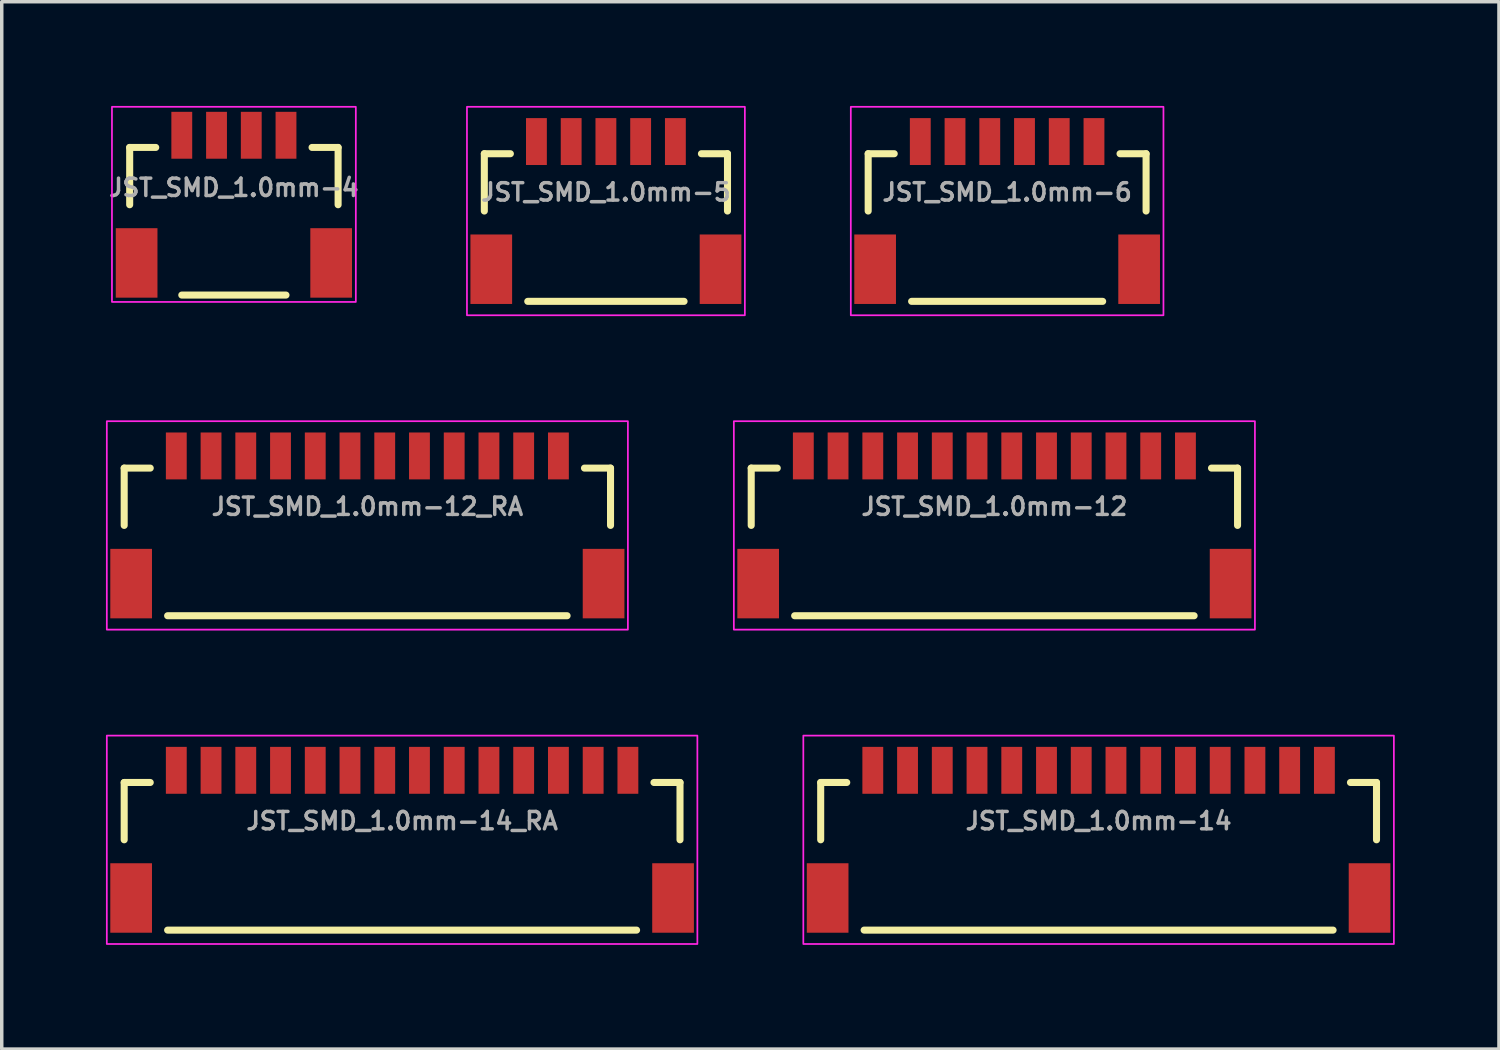
<source format=kicad_pcb>
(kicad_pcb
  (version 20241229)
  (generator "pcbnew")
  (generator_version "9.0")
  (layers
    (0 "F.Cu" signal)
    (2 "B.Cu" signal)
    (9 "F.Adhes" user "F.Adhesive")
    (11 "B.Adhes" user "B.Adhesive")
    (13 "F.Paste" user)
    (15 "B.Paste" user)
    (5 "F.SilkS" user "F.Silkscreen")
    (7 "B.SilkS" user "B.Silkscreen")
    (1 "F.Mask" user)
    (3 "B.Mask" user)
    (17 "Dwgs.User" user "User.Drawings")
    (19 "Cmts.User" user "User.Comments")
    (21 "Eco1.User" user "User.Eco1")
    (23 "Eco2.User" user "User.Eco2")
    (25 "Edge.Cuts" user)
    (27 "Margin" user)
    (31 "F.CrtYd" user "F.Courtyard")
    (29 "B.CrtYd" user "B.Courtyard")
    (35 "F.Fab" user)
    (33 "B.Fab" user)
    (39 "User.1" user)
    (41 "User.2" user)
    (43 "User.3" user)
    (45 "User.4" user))
  (footprint "JST_SMD_1.0mm-6"
    (layer "F.Cu")
    (at 25.942 1.025)
    (property "Reference" "JST_SMD_1.0mm-6" (at 0 1.75 0) (layer "F.Fab") (effects (font (size 0.5 0.5) (thickness 0.1)) (justify bottom)))
    (attr smd)
    (fp_line (start -4 0.35) (end -3.25 0.35) (stroke (width 0.203) (type solid)) (layer "F.SilkS"))
    (fp_line (start -4 2) (end -4 0.35) (stroke (width 0.203) (type solid)) (layer "F.SilkS"))
    (fp_line (start -2.75 4.6) (end 2.75 4.6) (stroke (width 0.203) (type solid)) (layer "F.SilkS"))
    (fp_line (start 3.25 0.35) (end 4 0.35) (stroke (width 0.203) (type solid)) (layer "F.SilkS"))
    (fp_line (start 4 0.35) (end 4 2) (stroke (width 0.203) (type solid)) (layer "F.SilkS"))
    (fp_rect (start 4.5 5) (end -4.5 -1) (stroke (width 0.05) (type default)) (fill no) (layer "F.CrtYd"))
    (pad "1" smd rect (at -2.5 0) (size 0.6 1.35) (layers "F.Cu" "F.Mask" "F.Paste"))
    (pad "2" smd rect (at -1.5 0) (size 0.6 1.35) (layers "F.Cu" "F.Mask" "F.Paste"))
    (pad "3" smd rect (at -0.5 0) (size 0.6 1.35) (layers "F.Cu" "F.Mask" "F.Paste"))
    (pad "4" smd rect (at 0.5 0) (size 0.6 1.35) (layers "F.Cu" "F.Mask" "F.Paste"))
    (pad "5" smd rect (at 1.5 0) (size 0.6 1.35) (layers "F.Cu" "F.Mask" "F.Paste"))
    (pad "6" smd rect (at 2.5 0) (size 0.6 1.35) (layers "F.Cu" "F.Mask" "F.Paste"))
    (pad "NC1" smd rect (at 3.8 3.675) (size 1.2 2) (layers "F.Cu" "F.Mask" "F.Paste"))
    (pad "NC2" smd rect (at -3.8 3.675) (size 1.2 2) (layers "F.Cu" "F.Mask" "F.Paste")))
  (footprint "JST_SMD_1.0mm-12_RA"
    (layer "F.Cu")
    (at 7.525 10.075)
    (property "Reference" "JST_SMD_1.0mm-12_RA" (at 0 1.75 0) (layer "F.Fab") (effects (font (size 0.5 0.5) (thickness 0.1)) (justify bottom)))
    (attr smd)
    (fp_line (start -7 0.35) (end -6.25 0.35) (stroke (width 0.203) (type solid)) (layer "F.SilkS"))
    (fp_line (start -7 2) (end -7 0.35) (stroke (width 0.203) (type solid)) (layer "F.SilkS"))
    (fp_line (start -5.75 4.6) (end 5.75 4.6) (stroke (width 0.203) (type solid)) (layer "F.SilkS"))
    (fp_line (start 6.25 0.35) (end 7 0.35) (stroke (width 0.203) (type solid)) (layer "F.SilkS"))
    (fp_line (start 7 0.35) (end 7 2) (stroke (width 0.203) (type solid)) (layer "F.SilkS"))
    (fp_rect (start 7.5 5) (end -7.5 -1) (stroke (width 0.05) (type default)) (fill no) (layer "F.CrtYd"))
    (pad "1" smd rect (at -5.5 0) (size 0.6 1.35) (layers "F.Cu" "F.Mask" "F.Paste"))
    (pad "2" smd rect (at -4.5 0) (size 0.6 1.35) (layers "F.Cu" "F.Mask" "F.Paste"))
    (pad "3" smd rect (at -3.5 0) (size 0.6 1.35) (layers "F.Cu" "F.Mask" "F.Paste"))
    (pad "4" smd rect (at -2.5 0) (size 0.6 1.35) (layers "F.Cu" "F.Mask" "F.Paste"))
    (pad "5" smd rect (at -1.5 0) (size 0.6 1.35) (layers "F.Cu" "F.Mask" "F.Paste"))
    (pad "6" smd rect (at -0.5 0) (size 0.6 1.35) (layers "F.Cu" "F.Mask" "F.Paste"))
    (pad "7" smd rect (at 0.5 0) (size 0.6 1.35) (layers "F.Cu" "F.Mask" "F.Paste"))
    (pad "8" smd rect (at 1.5 0) (size 0.6 1.35) (layers "F.Cu" "F.Mask" "F.Paste"))
    (pad "9" smd rect (at 2.5 0) (size 0.6 1.35) (layers "F.Cu" "F.Mask" "F.Paste"))
    (pad "10" smd rect (at 3.5 0) (size 0.6 1.35) (layers "F.Cu" "F.Mask" "F.Paste"))
    (pad "11" smd rect (at 4.5 0) (size 0.6 1.35) (layers "F.Cu" "F.Mask" "F.Paste"))
    (pad "12" smd rect (at 5.5 0) (size 0.6 1.35) (layers "F.Cu" "F.Mask" "F.Paste"))
    (pad "NC1" smd rect (at 6.8 3.675) (size 1.2 2) (layers "F.Cu" "F.Mask" "F.Paste"))
    (pad "NC2" smd rect (at -6.8 3.675) (size 1.2 2) (layers "F.Cu" "F.Mask" "F.Paste")))
  (footprint "JST_SMD_1.0mm-14"
    (layer "F.Cu")
    (at 28.575 19.125)
    (property "Reference" "JST_SMD_1.0mm-14" (at 0 1.75 0) (layer "F.Fab") (effects (font (size 0.5 0.5) (thickness 0.1)) (justify bottom)))
    (attr smd)
    (fp_line (start -8 0.35) (end -7.25 0.35) (stroke (width 0.203) (type solid)) (layer "F.SilkS"))
    (fp_line (start -8 2) (end -8 0.35) (stroke (width 0.203) (type solid)) (layer "F.SilkS"))
    (fp_line (start -6.75 4.6) (end 6.75 4.6) (stroke (width 0.203) (type solid)) (layer "F.SilkS"))
    (fp_line (start 7.25 0.35) (end 8 0.35) (stroke (width 0.203) (type solid)) (layer "F.SilkS"))
    (fp_line (start 8 0.35) (end 8 2) (stroke (width 0.203) (type solid)) (layer "F.SilkS"))
    (fp_rect (start 8.5 5) (end -8.5 -1) (stroke (width 0.05) (type default)) (fill no) (layer "F.CrtYd"))
    (pad "1" smd rect (at -6.5 0) (size 0.6 1.35) (layers "F.Cu" "F.Mask" "F.Paste"))
    (pad "2" smd rect (at -5.5 0) (size 0.6 1.35) (layers "F.Cu" "F.Mask" "F.Paste"))
    (pad "3" smd rect (at -4.5 0) (size 0.6 1.35) (layers "F.Cu" "F.Mask" "F.Paste"))
    (pad "4" smd rect (at -3.5 0) (size 0.6 1.35) (layers "F.Cu" "F.Mask" "F.Paste"))
    (pad "5" smd rect (at -2.5 0) (size 0.6 1.35) (layers "F.Cu" "F.Mask" "F.Paste"))
    (pad "6" smd rect (at -1.5 0) (size 0.6 1.35) (layers "F.Cu" "F.Mask" "F.Paste"))
    (pad "7" smd rect (at -0.5 0) (size 0.6 1.35) (layers "F.Cu" "F.Mask" "F.Paste"))
    (pad "8" smd rect (at 0.5 0) (size 0.6 1.35) (layers "F.Cu" "F.Mask" "F.Paste"))
    (pad "9" smd rect (at 1.5 0) (size 0.6 1.35) (layers "F.Cu" "F.Mask" "F.Paste"))
    (pad "10" smd rect (at 2.5 0) (size 0.6 1.35) (layers "F.Cu" "F.Mask" "F.Paste"))
    (pad "11" smd rect (at 3.5 0) (size 0.6 1.35) (layers "F.Cu" "F.Mask" "F.Paste"))
    (pad "12" smd rect (at 4.5 0) (size 0.6 1.35) (layers "F.Cu" "F.Mask" "F.Paste"))
    (pad "13" smd rect (at 5.5 0) (size 0.6 1.35) (layers "F.Cu" "F.Mask" "F.Paste"))
    (pad "14" smd rect (at 6.5 0) (size 0.6 1.35) (layers "F.Cu" "F.Mask" "F.Paste"))
    (pad "NC1" smd rect (at 7.8 3.675) (size 1.2 2) (layers "F.Cu" "F.Mask" "F.Paste"))
    (pad "NC2" smd rect (at -7.8 3.675) (size 1.2 2) (layers "F.Cu" "F.Mask" "F.Paste")))
  (footprint "JST_SMD_1.0mm-12"
    (layer "F.Cu")
    (at 25.575 10.075)
    (property "Reference" "JST_SMD_1.0mm-12" (at 0 1.75 0) (layer "F.Fab") (effects (font (size 0.5 0.5) (thickness 0.1)) (justify bottom)))
    (attr smd)
    (fp_line (start -7 0.35) (end -6.25 0.35) (stroke (width 0.203) (type solid)) (layer "F.SilkS"))
    (fp_line (start -7 2) (end -7 0.35) (stroke (width 0.203) (type solid)) (layer "F.SilkS"))
    (fp_line (start -5.75 4.6) (end 5.75 4.6) (stroke (width 0.203) (type solid)) (layer "F.SilkS"))
    (fp_line (start 6.25 0.35) (end 7 0.35) (stroke (width 0.203) (type solid)) (layer "F.SilkS"))
    (fp_line (start 7 0.35) (end 7 2) (stroke (width 0.203) (type solid)) (layer "F.SilkS"))
    (fp_rect (start 7.5 5) (end -7.5 -1) (stroke (width 0.05) (type default)) (fill no) (layer "F.CrtYd"))
    (pad "1" smd rect (at -5.5 0) (size 0.6 1.35) (layers "F.Cu" "F.Mask" "F.Paste"))
    (pad "2" smd rect (at -4.5 0) (size 0.6 1.35) (layers "F.Cu" "F.Mask" "F.Paste"))
    (pad "3" smd rect (at -3.5 0) (size 0.6 1.35) (layers "F.Cu" "F.Mask" "F.Paste"))
    (pad "4" smd rect (at -2.5 0) (size 0.6 1.35) (layers "F.Cu" "F.Mask" "F.Paste"))
    (pad "5" smd rect (at -1.5 0) (size 0.6 1.35) (layers "F.Cu" "F.Mask" "F.Paste"))
    (pad "6" smd rect (at -0.5 0) (size 0.6 1.35) (layers "F.Cu" "F.Mask" "F.Paste"))
    (pad "7" smd rect (at 0.5 0) (size 0.6 1.35) (layers "F.Cu" "F.Mask" "F.Paste"))
    (pad "8" smd rect (at 1.5 0) (size 0.6 1.35) (layers "F.Cu" "F.Mask" "F.Paste"))
    (pad "9" smd rect (at 2.5 0) (size 0.6 1.35) (layers "F.Cu" "F.Mask" "F.Paste"))
    (pad "10" smd rect (at 3.5 0) (size 0.6 1.35) (layers "F.Cu" "F.Mask" "F.Paste"))
    (pad "11" smd rect (at 4.5 0) (size 0.6 1.35) (layers "F.Cu" "F.Mask" "F.Paste"))
    (pad "12" smd rect (at 5.5 0) (size 0.6 1.35) (layers "F.Cu" "F.Mask" "F.Paste"))
    (pad "NC1" smd rect (at 6.8 3.675) (size 1.2 2) (layers "F.Cu" "F.Mask" "F.Paste"))
    (pad "NC2" smd rect (at -6.8 3.675) (size 1.2 2) (layers "F.Cu" "F.Mask" "F.Paste")))
  (footprint "JST_SMD_1.0mm-4"
    (layer "F.Cu")
    (at 3.683 0.844)
    (property "Reference" "JST_SMD_1.0mm-4" (at 0 1.8 0) (layer "F.Fab") (effects (font (size 0.5 0.5) (thickness 0.1)) (justify bottom)))
    (attr smd)
    (fp_line (start -3 0.35) (end -2.25 0.35) (stroke (width 0.203) (type solid)) (layer "F.SilkS"))
    (fp_line (start -3 2) (end -3 0.35) (stroke (width 0.203) (type solid)) (layer "F.SilkS"))
    (fp_line (start -1.5 4.6) (end 1.5 4.6) (stroke (width 0.203) (type solid)) (layer "F.SilkS"))
    (fp_line (start 2.25 0.35) (end 3 0.35) (stroke (width 0.203) (type solid)) (layer "F.SilkS"))
    (fp_line (start 3 0.35) (end 3 2) (stroke (width 0.203) (type solid)) (layer "F.SilkS"))
    (fp_rect (start 3.51 4.797) (end -3.51 -0.819) (stroke (width 0.05) (type default)) (fill no) (layer "F.CrtYd"))
    (pad "1" smd rect (at -1.5 0) (size 0.6 1.35) (layers "F.Cu" "F.Mask" "F.Paste"))
    (pad "2" smd rect (at -0.5 0) (size 0.6 1.35) (layers "F.Cu" "F.Mask" "F.Paste"))
    (pad "3" smd rect (at 0.5 0) (size 0.6 1.35) (layers "F.Cu" "F.Mask" "F.Paste"))
    (pad "4" smd rect (at 1.5 0) (size 0.6 1.35) (layers "F.Cu" "F.Mask" "F.Paste"))
    (pad "NC1" smd rect (at 2.8 3.675) (size 1.2 2) (layers "F.Cu" "F.Mask" "F.Paste"))
    (pad "NC2" smd rect (at -2.8 3.675) (size 1.2 2) (layers "F.Cu" "F.Mask" "F.Paste")))
  (footprint "JST_SMD_1.0mm-5"
    (layer "F.Cu")
    (at 14.392 1.025)
    (property "Reference" "JST_SMD_1.0mm-5" (at 0 1.75 0) (layer "F.Fab") (effects (font (size 0.5 0.5) (thickness 0.1)) (justify bottom)))
    (attr smd)
    (fp_line (start -3.5 0.35) (end -2.75 0.35) (stroke (width 0.203) (type solid)) (layer "F.SilkS"))
    (fp_line (start -3.5 2) (end -3.5 0.35) (stroke (width 0.203) (type solid)) (layer "F.SilkS"))
    (fp_line (start -2.25 4.6) (end 2.25 4.6) (stroke (width 0.203) (type solid)) (layer "F.SilkS"))
    (fp_line (start 2.75 0.35) (end 3.5 0.35) (stroke (width 0.203) (type solid)) (layer "F.SilkS"))
    (fp_line (start 3.5 0.35) (end 3.5 2) (stroke (width 0.203) (type solid)) (layer "F.SilkS"))
    (fp_rect (start 4 5) (end -4 -1) (stroke (width 0.05) (type default)) (fill no) (layer "F.CrtYd"))
    (pad "1" smd rect (at -2 0) (size 0.6 1.35) (layers "F.Cu" "F.Mask" "F.Paste"))
    (pad "2" smd rect (at -1 0) (size 0.6 1.35) (layers "F.Cu" "F.Mask" "F.Paste"))
    (pad "3" smd rect (at 0 0) (size 0.6 1.35) (layers "F.Cu" "F.Mask" "F.Paste"))
    (pad "4" smd rect (at 1 0) (size 0.6 1.35) (layers "F.Cu" "F.Mask" "F.Paste"))
    (pad "5" smd rect (at 2 0) (size 0.6 1.35) (layers "F.Cu" "F.Mask" "F.Paste"))
    (pad "NC1" smd rect (at 3.3 3.675) (size 1.2 2) (layers "F.Cu" "F.Mask" "F.Paste"))
    (pad "NC2" smd rect (at -3.3 3.675) (size 1.2 2) (layers "F.Cu" "F.Mask" "F.Paste")))
  (footprint "JST_SMD_1.0mm-14_RA"
    (layer "F.Cu")
    (at 8.525 19.125)
    (property "Reference" "JST_SMD_1.0mm-14_RA" (at 0 1.75 0) (layer "F.Fab") (effects (font (size 0.5 0.5) (thickness 0.1)) (justify bottom)))
    (attr smd)
    (fp_line (start -8 0.35) (end -7.25 0.35) (stroke (width 0.203) (type solid)) (layer "F.SilkS"))
    (fp_line (start -8 2) (end -8 0.35) (stroke (width 0.203) (type solid)) (layer "F.SilkS"))
    (fp_line (start -6.75 4.6) (end 6.75 4.6) (stroke (width 0.203) (type solid)) (layer "F.SilkS"))
    (fp_line (start 7.25 0.35) (end 8 0.35) (stroke (width 0.203) (type solid)) (layer "F.SilkS"))
    (fp_line (start 8 0.35) (end 8 2) (stroke (width 0.203) (type solid)) (layer "F.SilkS"))
    (fp_rect (start 8.5 5) (end -8.5 -1) (stroke (width 0.05) (type default)) (fill no) (layer "F.CrtYd"))
    (pad "1" smd rect (at -6.5 0) (size 0.6 1.35) (layers "F.Cu" "F.Mask" "F.Paste"))
    (pad "2" smd rect (at -5.5 0) (size 0.6 1.35) (layers "F.Cu" "F.Mask" "F.Paste"))
    (pad "3" smd rect (at -4.5 0) (size 0.6 1.35) (layers "F.Cu" "F.Mask" "F.Paste"))
    (pad "4" smd rect (at -3.5 0) (size 0.6 1.35) (layers "F.Cu" "F.Mask" "F.Paste"))
    (pad "5" smd rect (at -2.5 0) (size 0.6 1.35) (layers "F.Cu" "F.Mask" "F.Paste"))
    (pad "6" smd rect (at -1.5 0) (size 0.6 1.35) (layers "F.Cu" "F.Mask" "F.Paste"))
    (pad "7" smd rect (at -0.5 0) (size 0.6 1.35) (layers "F.Cu" "F.Mask" "F.Paste"))
    (pad "8" smd rect (at 0.5 0) (size 0.6 1.35) (layers "F.Cu" "F.Mask" "F.Paste"))
    (pad "9" smd rect (at 1.5 0) (size 0.6 1.35) (layers "F.Cu" "F.Mask" "F.Paste"))
    (pad "10" smd rect (at 2.5 0) (size 0.6 1.35) (layers "F.Cu" "F.Mask" "F.Paste"))
    (pad "11" smd rect (at 3.5 0) (size 0.6 1.35) (layers "F.Cu" "F.Mask" "F.Paste"))
    (pad "12" smd rect (at 4.5 0) (size 0.6 1.35) (layers "F.Cu" "F.Mask" "F.Paste"))
    (pad "13" smd rect (at 5.5 0) (size 0.6 1.35) (layers "F.Cu" "F.Mask" "F.Paste"))
    (pad "14" smd rect (at 6.5 0) (size 0.6 1.35) (layers "F.Cu" "F.Mask" "F.Paste"))
    (pad "NC1" smd rect (at 7.8 3.675) (size 1.2 2) (layers "F.Cu" "F.Mask" "F.Paste"))
    (pad "NC2" smd rect (at -7.8 3.675) (size 1.2 2) (layers "F.Cu" "F.Mask" "F.Paste")))
  (gr_rect
    (start -3 -3)
    (end 40.1 27.15)
    (stroke (width 0.1) (type default))
    (fill no)
    (layer "Edge.Cuts")))
</source>
